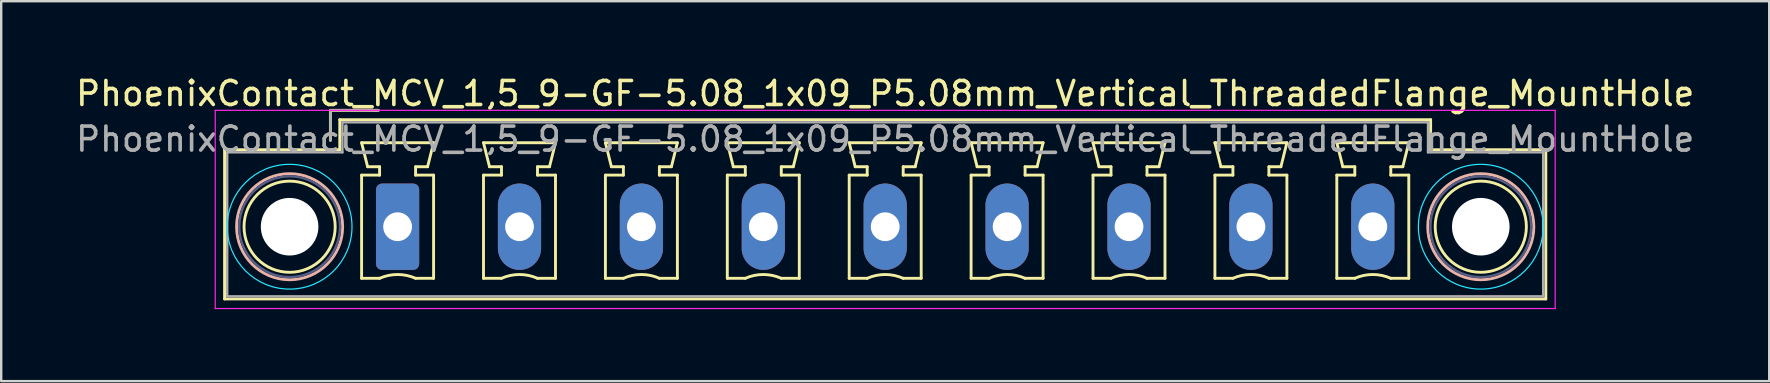
<source format=kicad_pcb>
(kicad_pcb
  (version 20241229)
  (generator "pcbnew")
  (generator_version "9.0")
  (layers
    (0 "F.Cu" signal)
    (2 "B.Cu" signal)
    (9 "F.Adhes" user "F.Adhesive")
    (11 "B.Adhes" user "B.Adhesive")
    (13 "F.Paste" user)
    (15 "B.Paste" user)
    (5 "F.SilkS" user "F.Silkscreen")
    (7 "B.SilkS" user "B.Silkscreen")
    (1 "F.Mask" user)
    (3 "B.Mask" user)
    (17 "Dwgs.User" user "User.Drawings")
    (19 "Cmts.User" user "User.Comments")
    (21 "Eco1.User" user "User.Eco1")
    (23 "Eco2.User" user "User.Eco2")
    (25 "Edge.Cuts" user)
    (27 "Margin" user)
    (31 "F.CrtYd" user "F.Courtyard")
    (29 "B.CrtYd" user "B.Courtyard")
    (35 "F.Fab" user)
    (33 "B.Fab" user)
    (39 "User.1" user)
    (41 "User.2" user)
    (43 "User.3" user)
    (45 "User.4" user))
  (footprint "PhoenixContact_MCV_1,5_9-GF-5.08_1x09_P5.08mm_Vertical_ThreadedFlange_MountHole"
    (layer "F.Cu")
    (at 13.519 6.398)
    (property "Reference" "PhoenixContact_MCV_1,5_9-GF-5.08_1x09_P5.08mm_Vertical_ThreadedFlange_MountHole" (at 20.32 -5.55 0) (layer "F.SilkS") (effects (font (size 1 1) (thickness 0.15))))
    (attr through_hole)
    (fp_line (start -7.21 -3.21) (end -7.21 3.01) (stroke (width 0.12) (type solid)) (layer "F.SilkS"))
    (fp_line (start -7.21 3.01) (end 47.85 3.01) (stroke (width 0.12) (type solid)) (layer "F.SilkS"))
    (fp_line (start -2.8 -4.85) (end -0.8 -4.85) (stroke (width 0.12) (type solid)) (layer "F.SilkS"))
    (fp_line (start -2.8 -3.6) (end -2.8 -4.85) (stroke (width 0.12) (type solid)) (layer "F.SilkS"))
    (fp_line (start -2.41 -4.46) (end -2.41 -3.21) (stroke (width 0.12) (type solid)) (layer "F.SilkS"))
    (fp_line (start -2.41 -3.21) (end -7.21 -3.21) (stroke (width 0.12) (type solid)) (layer "F.SilkS"))
    (fp_line (start -1.5 -3.5) (end 1.5 -3.5) (stroke (width 0.12) (type solid)) (layer "F.SilkS"))
    (fp_line (start -1.5 -2.15) (end -0.75 -2.15) (stroke (width 0.12) (type solid)) (layer "F.SilkS"))
    (fp_line (start -1.5 2.15) (end -1.5 -2.15) (stroke (width 0.12) (type solid)) (layer "F.SilkS"))
    (fp_line (start -1.25 -2.5) (end -1.5 -3.5) (stroke (width 0.12) (type solid)) (layer "F.SilkS"))
    (fp_line (start -0.75 -2.5) (end -1.25 -2.5) (stroke (width 0.12) (type solid)) (layer "F.SilkS"))
    (fp_line (start -0.75 -2.15) (end -0.75 -2.5) (stroke (width 0.12) (type solid)) (layer "F.SilkS"))
    (fp_line (start -0.75 2.15) (end -1.5 2.15) (stroke (width 0.12) (type solid)) (layer "F.SilkS"))
    (fp_line (start 0.75 -2.5) (end 0.75 -2.15) (stroke (width 0.12) (type solid)) (layer "F.SilkS"))
    (fp_line (start 0.75 -2.15) (end 1.5 -2.15) (stroke (width 0.12) (type solid)) (layer "F.SilkS"))
    (fp_line (start 1.25 -2.5) (end 0.75 -2.5) (stroke (width 0.12) (type solid)) (layer "F.SilkS"))
    (fp_line (start 1.5 -3.5) (end 1.25 -2.5) (stroke (width 0.12) (type solid)) (layer "F.SilkS"))
    (fp_line (start 1.5 -2.15) (end 1.5 2.15) (stroke (width 0.12) (type solid)) (layer "F.SilkS"))
    (fp_line (start 1.5 2.15) (end 0.75 2.15) (stroke (width 0.12) (type solid)) (layer "F.SilkS"))
    (fp_line (start 3.58 -3.5) (end 6.58 -3.5) (stroke (width 0.12) (type solid)) (layer "F.SilkS"))
    (fp_line (start 3.58 -2.15) (end 4.33 -2.15) (stroke (width 0.12) (type solid)) (layer "F.SilkS"))
    (fp_line (start 3.58 2.15) (end 3.58 -2.15) (stroke (width 0.12) (type solid)) (layer "F.SilkS"))
    (fp_line (start 3.83 -2.5) (end 3.58 -3.5) (stroke (width 0.12) (type solid)) (layer "F.SilkS"))
    (fp_line (start 4.33 -2.5) (end 3.83 -2.5) (stroke (width 0.12) (type solid)) (layer "F.SilkS"))
    (fp_line (start 4.33 -2.15) (end 4.33 -2.5) (stroke (width 0.12) (type solid)) (layer "F.SilkS"))
    (fp_line (start 4.33 2.15) (end 3.58 2.15) (stroke (width 0.12) (type solid)) (layer "F.SilkS"))
    (fp_line (start 5.83 -2.5) (end 5.83 -2.15) (stroke (width 0.12) (type solid)) (layer "F.SilkS"))
    (fp_line (start 5.83 -2.15) (end 6.58 -2.15) (stroke (width 0.12) (type solid)) (layer "F.SilkS"))
    (fp_line (start 6.33 -2.5) (end 5.83 -2.5) (stroke (width 0.12) (type solid)) (layer "F.SilkS"))
    (fp_line (start 6.58 -3.5) (end 6.33 -2.5) (stroke (width 0.12) (type solid)) (layer "F.SilkS"))
    (fp_line (start 6.58 -2.15) (end 6.58 2.15) (stroke (width 0.12) (type solid)) (layer "F.SilkS"))
    (fp_line (start 6.58 2.15) (end 5.83 2.15) (stroke (width 0.12) (type solid)) (layer "F.SilkS"))
    (fp_line (start 8.66 -3.5) (end 11.66 -3.5) (stroke (width 0.12) (type solid)) (layer "F.SilkS"))
    (fp_line (start 8.66 -2.15) (end 9.41 -2.15) (stroke (width 0.12) (type solid)) (layer "F.SilkS"))
    (fp_line (start 8.66 2.15) (end 8.66 -2.15) (stroke (width 0.12) (type solid)) (layer "F.SilkS"))
    (fp_line (start 8.91 -2.5) (end 8.66 -3.5) (stroke (width 0.12) (type solid)) (layer "F.SilkS"))
    (fp_line (start 9.41 -2.5) (end 8.91 -2.5) (stroke (width 0.12) (type solid)) (layer "F.SilkS"))
    (fp_line (start 9.41 -2.15) (end 9.41 -2.5) (stroke (width 0.12) (type solid)) (layer "F.SilkS"))
    (fp_line (start 9.41 2.15) (end 8.66 2.15) (stroke (width 0.12) (type solid)) (layer "F.SilkS"))
    (fp_line (start 10.91 -2.5) (end 10.91 -2.15) (stroke (width 0.12) (type solid)) (layer "F.SilkS"))
    (fp_line (start 10.91 -2.15) (end 11.66 -2.15) (stroke (width 0.12) (type solid)) (layer "F.SilkS"))
    (fp_line (start 11.41 -2.5) (end 10.91 -2.5) (stroke (width 0.12) (type solid)) (layer "F.SilkS"))
    (fp_line (start 11.66 -3.5) (end 11.41 -2.5) (stroke (width 0.12) (type solid)) (layer "F.SilkS"))
    (fp_line (start 11.66 -2.15) (end 11.66 2.15) (stroke (width 0.12) (type solid)) (layer "F.SilkS"))
    (fp_line (start 11.66 2.15) (end 10.91 2.15) (stroke (width 0.12) (type solid)) (layer "F.SilkS"))
    (fp_line (start 13.74 -3.5) (end 16.74 -3.5) (stroke (width 0.12) (type solid)) (layer "F.SilkS"))
    (fp_line (start 13.74 -2.15) (end 14.49 -2.15) (stroke (width 0.12) (type solid)) (layer "F.SilkS"))
    (fp_line (start 13.74 2.15) (end 13.74 -2.15) (stroke (width 0.12) (type solid)) (layer "F.SilkS"))
    (fp_line (start 13.99 -2.5) (end 13.74 -3.5) (stroke (width 0.12) (type solid)) (layer "F.SilkS"))
    (fp_line (start 14.49 -2.5) (end 13.99 -2.5) (stroke (width 0.12) (type solid)) (layer "F.SilkS"))
    (fp_line (start 14.49 -2.15) (end 14.49 -2.5) (stroke (width 0.12) (type solid)) (layer "F.SilkS"))
    (fp_line (start 14.49 2.15) (end 13.74 2.15) (stroke (width 0.12) (type solid)) (layer "F.SilkS"))
    (fp_line (start 15.99 -2.5) (end 15.99 -2.15) (stroke (width 0.12) (type solid)) (layer "F.SilkS"))
    (fp_line (start 15.99 -2.15) (end 16.74 -2.15) (stroke (width 0.12) (type solid)) (layer "F.SilkS"))
    (fp_line (start 16.49 -2.5) (end 15.99 -2.5) (stroke (width 0.12) (type solid)) (layer "F.SilkS"))
    (fp_line (start 16.74 -3.5) (end 16.49 -2.5) (stroke (width 0.12) (type solid)) (layer "F.SilkS"))
    (fp_line (start 16.74 -2.15) (end 16.74 2.15) (stroke (width 0.12) (type solid)) (layer "F.SilkS"))
    (fp_line (start 16.74 2.15) (end 15.99 2.15) (stroke (width 0.12) (type solid)) (layer "F.SilkS"))
    (fp_line (start 18.82 -3.5) (end 21.82 -3.5) (stroke (width 0.12) (type solid)) (layer "F.SilkS"))
    (fp_line (start 18.82 -2.15) (end 19.57 -2.15) (stroke (width 0.12) (type solid)) (layer "F.SilkS"))
    (fp_line (start 18.82 2.15) (end 18.82 -2.15) (stroke (width 0.12) (type solid)) (layer "F.SilkS"))
    (fp_line (start 19.07 -2.5) (end 18.82 -3.5) (stroke (width 0.12) (type solid)) (layer "F.SilkS"))
    (fp_line (start 19.57 -2.5) (end 19.07 -2.5) (stroke (width 0.12) (type solid)) (layer "F.SilkS"))
    (fp_line (start 19.57 -2.15) (end 19.57 -2.5) (stroke (width 0.12) (type solid)) (layer "F.SilkS"))
    (fp_line (start 19.57 2.15) (end 18.82 2.15) (stroke (width 0.12) (type solid)) (layer "F.SilkS"))
    (fp_line (start 21.07 -2.5) (end 21.07 -2.15) (stroke (width 0.12) (type solid)) (layer "F.SilkS"))
    (fp_line (start 21.07 -2.15) (end 21.82 -2.15) (stroke (width 0.12) (type solid)) (layer "F.SilkS"))
    (fp_line (start 21.57 -2.5) (end 21.07 -2.5) (stroke (width 0.12) (type solid)) (layer "F.SilkS"))
    (fp_line (start 21.82 -3.5) (end 21.57 -2.5) (stroke (width 0.12) (type solid)) (layer "F.SilkS"))
    (fp_line (start 21.82 -2.15) (end 21.82 2.15) (stroke (width 0.12) (type solid)) (layer "F.SilkS"))
    (fp_line (start 21.82 2.15) (end 21.07 2.15) (stroke (width 0.12) (type solid)) (layer "F.SilkS"))
    (fp_line (start 23.9 -3.5) (end 26.9 -3.5) (stroke (width 0.12) (type solid)) (layer "F.SilkS"))
    (fp_line (start 23.9 -2.15) (end 24.65 -2.15) (stroke (width 0.12) (type solid)) (layer "F.SilkS"))
    (fp_line (start 23.9 2.15) (end 23.9 -2.15) (stroke (width 0.12) (type solid)) (layer "F.SilkS"))
    (fp_line (start 24.15 -2.5) (end 23.9 -3.5) (stroke (width 0.12) (type solid)) (layer "F.SilkS"))
    (fp_line (start 24.65 -2.5) (end 24.15 -2.5) (stroke (width 0.12) (type solid)) (layer "F.SilkS"))
    (fp_line (start 24.65 -2.15) (end 24.65 -2.5) (stroke (width 0.12) (type solid)) (layer "F.SilkS"))
    (fp_line (start 24.65 2.15) (end 23.9 2.15) (stroke (width 0.12) (type solid)) (layer "F.SilkS"))
    (fp_line (start 26.15 -2.5) (end 26.15 -2.15) (stroke (width 0.12) (type solid)) (layer "F.SilkS"))
    (fp_line (start 26.15 -2.15) (end 26.9 -2.15) (stroke (width 0.12) (type solid)) (layer "F.SilkS"))
    (fp_line (start 26.65 -2.5) (end 26.15 -2.5) (stroke (width 0.12) (type solid)) (layer "F.SilkS"))
    (fp_line (start 26.9 -3.5) (end 26.65 -2.5) (stroke (width 0.12) (type solid)) (layer "F.SilkS"))
    (fp_line (start 26.9 -2.15) (end 26.9 2.15) (stroke (width 0.12) (type solid)) (layer "F.SilkS"))
    (fp_line (start 26.9 2.15) (end 26.15 2.15) (stroke (width 0.12) (type solid)) (layer "F.SilkS"))
    (fp_line (start 28.98 -3.5) (end 31.98 -3.5) (stroke (width 0.12) (type solid)) (layer "F.SilkS"))
    (fp_line (start 28.98 -2.15) (end 29.73 -2.15) (stroke (width 0.12) (type solid)) (layer "F.SilkS"))
    (fp_line (start 28.98 2.15) (end 28.98 -2.15) (stroke (width 0.12) (type solid)) (layer "F.SilkS"))
    (fp_line (start 29.23 -2.5) (end 28.98 -3.5) (stroke (width 0.12) (type solid)) (layer "F.SilkS"))
    (fp_line (start 29.73 -2.5) (end 29.23 -2.5) (stroke (width 0.12) (type solid)) (layer "F.SilkS"))
    (fp_line (start 29.73 -2.15) (end 29.73 -2.5) (stroke (width 0.12) (type solid)) (layer "F.SilkS"))
    (fp_line (start 29.73 2.15) (end 28.98 2.15) (stroke (width 0.12) (type solid)) (layer "F.SilkS"))
    (fp_line (start 31.23 -2.5) (end 31.23 -2.15) (stroke (width 0.12) (type solid)) (layer "F.SilkS"))
    (fp_line (start 31.23 -2.15) (end 31.98 -2.15) (stroke (width 0.12) (type solid)) (layer "F.SilkS"))
    (fp_line (start 31.73 -2.5) (end 31.23 -2.5) (stroke (width 0.12) (type solid)) (layer "F.SilkS"))
    (fp_line (start 31.98 -3.5) (end 31.73 -2.5) (stroke (width 0.12) (type solid)) (layer "F.SilkS"))
    (fp_line (start 31.98 -2.15) (end 31.98 2.15) (stroke (width 0.12) (type solid)) (layer "F.SilkS"))
    (fp_line (start 31.98 2.15) (end 31.23 2.15) (stroke (width 0.12) (type solid)) (layer "F.SilkS"))
    (fp_line (start 34.06 -3.5) (end 37.06 -3.5) (stroke (width 0.12) (type solid)) (layer "F.SilkS"))
    (fp_line (start 34.06 -2.15) (end 34.81 -2.15) (stroke (width 0.12) (type solid)) (layer "F.SilkS"))
    (fp_line (start 34.06 2.15) (end 34.06 -2.15) (stroke (width 0.12) (type solid)) (layer "F.SilkS"))
    (fp_line (start 34.31 -2.5) (end 34.06 -3.5) (stroke (width 0.12) (type solid)) (layer "F.SilkS"))
    (fp_line (start 34.81 -2.5) (end 34.31 -2.5) (stroke (width 0.12) (type solid)) (layer "F.SilkS"))
    (fp_line (start 34.81 -2.15) (end 34.81 -2.5) (stroke (width 0.12) (type solid)) (layer "F.SilkS"))
    (fp_line (start 34.81 2.15) (end 34.06 2.15) (stroke (width 0.12) (type solid)) (layer "F.SilkS"))
    (fp_line (start 36.31 -2.5) (end 36.31 -2.15) (stroke (width 0.12) (type solid)) (layer "F.SilkS"))
    (fp_line (start 36.31 -2.15) (end 37.06 -2.15) (stroke (width 0.12) (type solid)) (layer "F.SilkS"))
    (fp_line (start 36.81 -2.5) (end 36.31 -2.5) (stroke (width 0.12) (type solid)) (layer "F.SilkS"))
    (fp_line (start 37.06 -3.5) (end 36.81 -2.5) (stroke (width 0.12) (type solid)) (layer "F.SilkS"))
    (fp_line (start 37.06 -2.15) (end 37.06 2.15) (stroke (width 0.12) (type solid)) (layer "F.SilkS"))
    (fp_line (start 37.06 2.15) (end 36.31 2.15) (stroke (width 0.12) (type solid)) (layer "F.SilkS"))
    (fp_line (start 39.14 -3.5) (end 42.14 -3.5) (stroke (width 0.12) (type solid)) (layer "F.SilkS"))
    (fp_line (start 39.14 -2.15) (end 39.89 -2.15) (stroke (width 0.12) (type solid)) (layer "F.SilkS"))
    (fp_line (start 39.14 2.15) (end 39.14 -2.15) (stroke (width 0.12) (type solid)) (layer "F.SilkS"))
    (fp_line (start 39.39 -2.5) (end 39.14 -3.5) (stroke (width 0.12) (type solid)) (layer "F.SilkS"))
    (fp_line (start 39.89 -2.5) (end 39.39 -2.5) (stroke (width 0.12) (type solid)) (layer "F.SilkS"))
    (fp_line (start 39.89 -2.15) (end 39.89 -2.5) (stroke (width 0.12) (type solid)) (layer "F.SilkS"))
    (fp_line (start 39.89 2.15) (end 39.14 2.15) (stroke (width 0.12) (type solid)) (layer "F.SilkS"))
    (fp_line (start 41.39 -2.5) (end 41.39 -2.15) (stroke (width 0.12) (type solid)) (layer "F.SilkS"))
    (fp_line (start 41.39 -2.15) (end 42.14 -2.15) (stroke (width 0.12) (type solid)) (layer "F.SilkS"))
    (fp_line (start 41.89 -2.5) (end 41.39 -2.5) (stroke (width 0.12) (type solid)) (layer "F.SilkS"))
    (fp_line (start 42.14 -3.5) (end 41.89 -2.5) (stroke (width 0.12) (type solid)) (layer "F.SilkS"))
    (fp_line (start 42.14 -2.15) (end 42.14 2.15) (stroke (width 0.12) (type solid)) (layer "F.SilkS"))
    (fp_line (start 42.14 2.15) (end 41.39 2.15) (stroke (width 0.12) (type solid)) (layer "F.SilkS"))
    (fp_line (start 43.05 -4.46) (end -2.41 -4.46) (stroke (width 0.12) (type solid)) (layer "F.SilkS"))
    (fp_line (start 43.05 -3.21) (end 43.05 -4.46) (stroke (width 0.12) (type solid)) (layer "F.SilkS"))
    (fp_line (start 47.85 -3.21) (end 43.05 -3.21) (stroke (width 0.12) (type solid)) (layer "F.SilkS"))
    (fp_line (start 47.85 3.01) (end 47.85 -3.21) (stroke (width 0.12) (type solid)) (layer "F.SilkS"))
    (fp_arc (start -0.75 2.15) (mid -0.000193 1.99191) (end 0.749647 2.149844) (stroke (width 0.12) (type solid)) (layer "F.SilkS"))
    (fp_arc (start 4.33 2.15) (mid 5.079807 1.99191) (end 5.829647 2.149844) (stroke (width 0.12) (type solid)) (layer "F.SilkS"))
    (fp_arc (start 9.41 2.15) (mid 10.159807 1.99191) (end 10.909647 2.149844) (stroke (width 0.12) (type solid)) (layer "F.SilkS"))
    (fp_arc (start 14.49 2.15) (mid 15.239807 1.99191) (end 15.989647 2.149844) (stroke (width 0.12) (type solid)) (layer "F.SilkS"))
    (fp_arc (start 19.57 2.15) (mid 20.319807 1.99191) (end 21.069647 2.149844) (stroke (width 0.12) (type solid)) (layer "F.SilkS"))
    (fp_arc (start 24.65 2.15) (mid 25.399807 1.99191) (end 26.149647 2.149844) (stroke (width 0.12) (type solid)) (layer "F.SilkS"))
    (fp_arc (start 29.73 2.15) (mid 30.479807 1.99191) (end 31.229647 2.149844) (stroke (width 0.12) (type solid)) (layer "F.SilkS"))
    (fp_arc (start 34.81 2.15) (mid 35.559807 1.99191) (end 36.309647 2.149844) (stroke (width 0.12) (type solid)) (layer "F.SilkS"))
    (fp_arc (start 39.89 2.15) (mid 40.639807 1.99191) (end 41.389647 2.149844) (stroke (width 0.12) (type solid)) (layer "F.SilkS"))
    (fp_circle (center -4.5 0) (end -2.6 0) (stroke (width 0.12) (type solid)) (fill no) (layer "F.SilkS"))
    (fp_circle (center 45.14 0) (end 47.04 0) (stroke (width 0.12) (type solid)) (fill no) (layer "F.SilkS"))
    (fp_circle (center -4.5 0) (end -2.29 0) (stroke (width 0.12) (type solid)) (fill no) (layer "B.SilkS"))
    (fp_circle (center 45.14 0) (end 47.35 0) (stroke (width 0.12) (type solid)) (fill no) (layer "B.SilkS"))
    (fp_circle (center -4.5 0) (end -1.9 0) (stroke (width 0.05) (type solid)) (fill no) (layer "B.CrtYd"))
    (fp_circle (center 45.14 0) (end 47.74 0) (stroke (width 0.05) (type solid)) (fill no) (layer "B.CrtYd"))
    (fp_line (start -7.6 -4.85) (end -7.6 3.41) (stroke (width 0.05) (type solid)) (layer "F.CrtYd"))
    (fp_line (start -7.6 3.41) (end 48.24 3.41) (stroke (width 0.05) (type solid)) (layer "F.CrtYd"))
    (fp_line (start 48.24 -4.85) (end -7.6 -4.85) (stroke (width 0.05) (type solid)) (layer "F.CrtYd"))
    (fp_line (start 48.24 3.41) (end 48.24 -4.85) (stroke (width 0.05) (type solid)) (layer "F.CrtYd"))
    (fp_circle (center -4.5 0) (end -2.4 0) (stroke (width 0.1) (type solid)) (fill no) (layer "B.Fab"))
    (fp_circle (center 45.14 0) (end 47.24 0) (stroke (width 0.1) (type solid)) (fill no) (layer "B.Fab"))
    (fp_line (start -7.1 -3.1) (end -7.1 2.9) (stroke (width 0.1) (type solid)) (layer "F.Fab"))
    (fp_line (start -7.1 2.9) (end 47.74 2.9) (stroke (width 0.1) (type solid)) (layer "F.Fab"))
    (fp_line (start -2.8 -4.85) (end -0.8 -4.85) (stroke (width 0.1) (type solid)) (layer "F.Fab"))
    (fp_line (start -2.8 -3.6) (end -2.8 -4.85) (stroke (width 0.1) (type solid)) (layer "F.Fab"))
    (fp_line (start -2.3 -4.35) (end -2.3 -3.1) (stroke (width 0.1) (type solid)) (layer "F.Fab"))
    (fp_line (start -2.3 -3.1) (end -7.1 -3.1) (stroke (width 0.1) (type solid)) (layer "F.Fab"))
    (fp_line (start 42.94 -4.35) (end -2.3 -4.35) (stroke (width 0.1) (type solid)) (layer "F.Fab"))
    (fp_line (start 42.94 -3.1) (end 42.94 -4.35) (stroke (width 0.1) (type solid)) (layer "F.Fab"))
    (fp_line (start 47.74 -3.1) (end 42.94 -3.1) (stroke (width 0.1) (type solid)) (layer "F.Fab"))
    (fp_line (start 47.74 2.9) (end 47.74 -3.1) (stroke (width 0.1) (type solid)) (layer "F.Fab"))
    (fp_text user "${REFERENCE}" (at 20.32 -3.65 0) (layer "F.Fab") (effects (font (size 1 1) (thickness 0.15))))
    (pad "" np_thru_hole circle (at -4.5 0) (size 2.4 2.4) (drill 2.4) (layers "*.Cu" "*.Mask"))
    (pad "" np_thru_hole circle (at 45.14 0) (size 2.4 2.4) (drill 2.4) (layers "*.Cu" "*.Mask"))
    (pad "1" thru_hole roundrect (at 0 0) (size 1.8 3.6) (drill 1.2) (layers "*.Cu" "*.Mask") (roundrect_rratio 0.139))
    (pad "2" thru_hole oval (at 5.08 0) (size 1.8 3.6) (drill 1.2) (layers "*.Cu" "*.Mask"))
    (pad "3" thru_hole oval (at 10.16 0) (size 1.8 3.6) (drill 1.2) (layers "*.Cu" "*.Mask"))
    (pad "4" thru_hole oval (at 15.24 0) (size 1.8 3.6) (drill 1.2) (layers "*.Cu" "*.Mask"))
    (pad "5" thru_hole oval (at 20.32 0) (size 1.8 3.6) (drill 1.2) (layers "*.Cu" "*.Mask"))
    (pad "6" thru_hole oval (at 25.4 0) (size 1.8 3.6) (drill 1.2) (layers "*.Cu" "*.Mask"))
    (pad "7" thru_hole oval (at 30.48 0) (size 1.8 3.6) (drill 1.2) (layers "*.Cu" "*.Mask"))
    (pad "8" thru_hole oval (at 35.56 0) (size 1.8 3.6) (drill 1.2) (layers "*.Cu" "*.Mask"))
    (pad "9" thru_hole oval (at 40.64 0) (size 1.8 3.6) (drill 1.2) (layers "*.Cu" "*.Mask")))
  (gr_rect
    (start -3 -3)
    (end 70.679 12.833)
    (stroke (width 0.1) (type default))
    (fill no)
    (layer "Edge.Cuts")))
</source>
